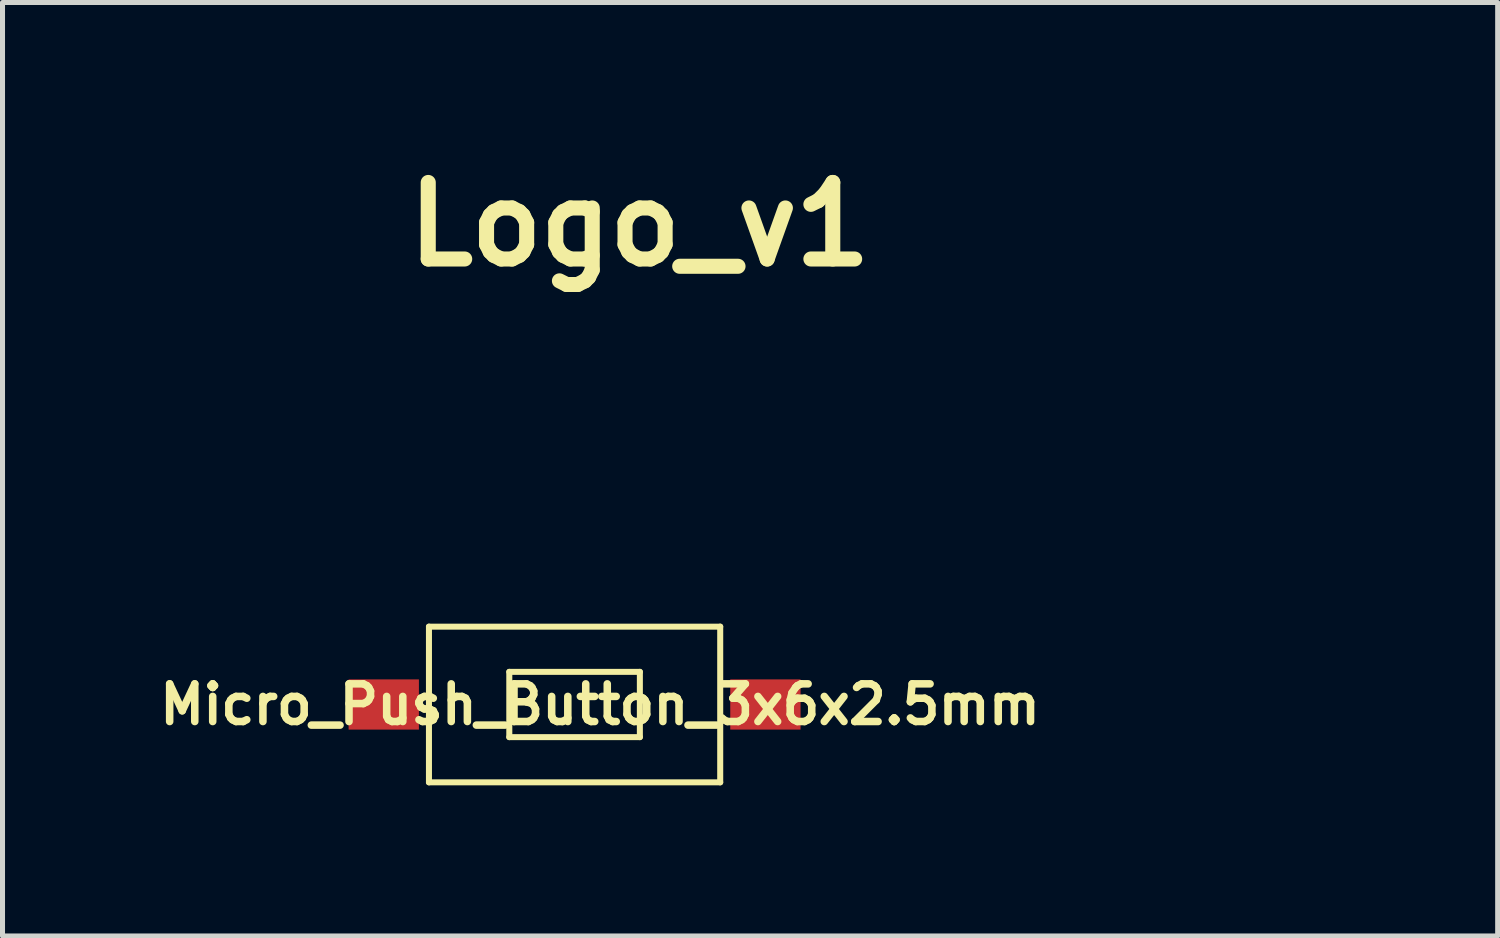
<source format=kicad_pcb>
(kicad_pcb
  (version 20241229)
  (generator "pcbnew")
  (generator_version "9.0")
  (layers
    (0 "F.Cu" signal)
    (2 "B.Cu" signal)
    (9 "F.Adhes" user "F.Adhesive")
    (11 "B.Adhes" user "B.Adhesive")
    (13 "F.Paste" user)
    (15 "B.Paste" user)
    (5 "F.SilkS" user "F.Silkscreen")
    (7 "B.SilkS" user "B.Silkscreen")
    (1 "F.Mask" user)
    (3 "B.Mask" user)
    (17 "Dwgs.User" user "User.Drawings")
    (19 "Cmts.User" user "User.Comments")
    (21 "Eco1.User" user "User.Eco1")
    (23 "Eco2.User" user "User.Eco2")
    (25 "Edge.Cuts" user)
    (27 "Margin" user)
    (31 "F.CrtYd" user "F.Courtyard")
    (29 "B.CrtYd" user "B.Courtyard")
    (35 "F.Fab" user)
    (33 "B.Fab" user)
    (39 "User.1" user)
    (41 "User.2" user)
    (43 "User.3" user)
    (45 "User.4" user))
  (footprint "Micro_Push_Button_3x6x2.5mm"
    (layer "F.Cu")
    (at 8.392 10.979)
    (property "Reference" "Micro_Push_Button_3x6x2.5mm" (at 0.508 0 0) (layer "F.SilkS") (effects (font (size 0.75 0.75) (thickness 0.15))))
    (attr through_hole)
    (fp_line (start -2.9 -1.55) (end 2.9 -1.55) (stroke (width 0.12) (type solid)) (layer "F.SilkS"))
    (fp_line (start -2.9 1.55) (end -2.9 -1.55) (stroke (width 0.12) (type solid)) (layer "F.SilkS"))
    (fp_line (start -1.3 -0.65) (end 1.3 -0.65) (stroke (width 0.12) (type solid)) (layer "F.SilkS"))
    (fp_line (start -1.3 0.65) (end -1.3 -0.65) (stroke (width 0.12) (type solid)) (layer "F.SilkS"))
    (fp_line (start 1.3 -0.65) (end 1.3 0.65) (stroke (width 0.12) (type solid)) (layer "F.SilkS"))
    (fp_line (start 1.3 0.65) (end -1.3 0.65) (stroke (width 0.12) (type solid)) (layer "F.SilkS"))
    (fp_line (start 2.9 -1.55) (end 2.9 1.55) (stroke (width 0.12) (type solid)) (layer "F.SilkS"))
    (fp_line (start 2.9 1.55) (end -2.9 1.55) (stroke (width 0.12) (type solid)) (layer "F.SilkS"))
    (pad "1" smd rect (at -3.8 0) (size 1.4 1) (layers "F.Cu" "F.Mask" "F.Paste"))
    (pad "2" smd rect (at 3.8 0) (size 1.4 1) (layers "F.Cu" "F.Mask" "F.Paste")))
  (footprint "Logo_v1"
    (layer "F.Cu")
    (at 14.005 4.974)
    (property "Reference" "Logo_v1" (at -4.318 -3.556 0) (layer "F.SilkS") (effects (font (size 1.524 1.524) (thickness 0.3))))
    (attr through_hole)
    (fp_line (start 9.644 0.254) (end -13.16 0.254) (stroke (width 0.25) (type solid)) (layer "F.Mask"))
    (fp_line (start 9.644 0.762) (end -13.51 0.762) (stroke (width 0.25) (type solid)) (layer "F.Mask"))
    (fp_line (start 9.644 1.27) (end -13.88 1.27) (stroke (width 0.25) (type solid)) (layer "F.Mask"))
    (fp_poly (pts (xy -3.644 -2.521) (xy -3.554 -2.519) (xy -3.499 -2.513) (xy -3.476 -2.501) (xy -3.474 -2.496) (xy -3.478 -2.471) (xy -3.487 -2.411) (xy -3.502 -2.317) (xy -3.522 -2.196) (xy -3.547 -2.049) (xy -3.574 -1.882) (xy -3.605 -1.697) (xy -3.638 -1.499) (xy -3.653 -1.414) (xy -3.83 -0.357) (xy -4.188 -0.345) (xy -4.176 -0.402) (xy -4.168 -0.445) (xy -4.155 -0.52) (xy -4.137 -0.622) (xy -4.117 -0.743) (xy -4.094 -0.879) (xy -4.07 -1.025) (xy -4.046 -1.174) (xy -4.022 -1.32) (xy -3.999 -1.459) (xy -3.979 -1.585) (xy -3.962 -1.691) (xy -3.949 -1.773) (xy -3.942 -1.824) (xy -3.94 -1.839) (xy -3.947 -1.856) (xy -3.974 -1.865) (xy -4.028 -1.87) (xy -4.093 -1.871) (xy -4.245 -1.871) (xy -4.245 -2.176) (xy -4.064 -2.176) (xy -3.882 -2.176) (xy -3.871 -2.231) (xy -3.861 -2.29) (xy -3.849 -2.359) (xy -3.848 -2.369) (xy -3.836 -2.441) (xy -3.823 -2.486) (xy -3.799 -2.51) (xy -3.756 -2.519) (xy -3.685 -2.521) (xy -3.644 -2.521)) (stroke (width 0.01) (type solid)) (fill yes) (layer "F.Mask"))
    (fp_poly (pts (xy -5.482 -1.916) (xy -5.481 -1.755) (xy -5.479 -1.599) (xy -5.476 -1.456) (xy -5.474 -1.332) (xy -5.47 -1.234) (xy -5.467 -1.168) (xy -5.467 -1.161) (xy -5.454 -1.011) (xy -5.198 -1.761) (xy -4.942 -2.511) (xy -4.766 -2.517) (xy -4.687 -2.518) (xy -4.627 -2.515) (xy -4.593 -2.51) (xy -4.59 -2.507) (xy -4.597 -2.485) (xy -4.616 -2.429) (xy -4.647 -2.341) (xy -4.688 -2.226) (xy -4.738 -2.087) (xy -4.796 -1.927) (xy -4.861 -1.749) (xy -4.93 -1.558) (xy -4.981 -1.419) (xy -5.372 -0.347) (xy -5.766 -0.347) (xy -5.777 -0.433) (xy -5.78 -0.471) (xy -5.783 -0.544) (xy -5.788 -0.647) (xy -5.793 -0.773) (xy -5.798 -0.918) (xy -5.803 -1.075) (xy -5.808 -1.239) (xy -5.814 -1.405) (xy -5.818 -1.566) (xy -5.822 -1.717) (xy -5.826 -1.853) (xy -5.828 -1.968) (xy -5.83 -2.056) (xy -5.83 -2.099) (xy -5.831 -2.165) (xy -5.838 -2.2) (xy -5.853 -2.214) (xy -5.881 -2.216) (xy -5.907 -2.218) (xy -5.922 -2.229) (xy -5.929 -2.259) (xy -5.931 -2.315) (xy -5.932 -2.369) (xy -5.932 -2.521) (xy -5.484 -2.521) (xy -5.482 -1.916)) (stroke (width 0.01) (type solid)) (fill yes) (layer "F.Mask"))
    (fp_poly (pts (xy -10.561 -2.521) (xy -10.574 -2.435) (xy -10.585 -2.363) (xy -10.596 -2.295) (xy -10.598 -2.285) (xy -10.612 -2.25) (xy -10.644 -2.201) (xy -10.699 -2.133) (xy -10.778 -2.045) (xy -10.871 -1.946) (xy -10.954 -1.859) (xy -11.026 -1.781) (xy -11.082 -1.717) (xy -11.12 -1.673) (xy -11.133 -1.653) (xy -11.133 -1.653) (xy -11.116 -1.635) (xy -11.074 -1.614) (xy -11.061 -1.609) (xy -10.946 -1.547) (xy -10.857 -1.456) (xy -10.795 -1.339) (xy -10.761 -1.2) (xy -10.758 -1.042) (xy -10.767 -0.966) (xy -10.81 -0.793) (xy -10.882 -0.643) (xy -10.98 -0.52) (xy -11.1 -0.428) (xy -11.165 -0.395) (xy -11.259 -0.369) (xy -11.375 -0.355) (xy -11.499 -0.353) (xy -11.615 -0.364) (xy -11.697 -0.384) (xy -11.825 -0.446) (xy -11.918 -0.529) (xy -11.978 -0.634) (xy -12.004 -0.763) (xy -12.006 -0.799) (xy -12.007 -0.895) (xy -11.667 -0.895) (xy -11.655 -0.818) (xy -11.631 -0.74) (xy -11.585 -0.692) (xy -11.513 -0.667) (xy -11.438 -0.662) (xy -11.327 -0.677) (xy -11.24 -0.722) (xy -11.177 -0.8) (xy -11.136 -0.91) (xy -11.117 -1.054) (xy -11.116 -1.06) (xy -11.114 -1.141) (xy -11.117 -1.193) (xy -11.128 -1.229) (xy -11.152 -1.263) (xy -11.168 -1.281) (xy -11.197 -1.312) (xy -11.225 -1.332) (xy -11.262 -1.344) (xy -11.318 -1.351) (xy -11.402 -1.357) (xy -11.425 -1.358) (xy -11.516 -1.364) (xy -11.574 -1.37) (xy -11.604 -1.379) (xy -11.614 -1.391) (xy -11.613 -1.401) (xy -11.605 -1.439) (xy -11.596 -1.501) (xy -11.59 -1.541) (xy -11.583 -1.584) (xy -11.573 -1.62) (xy -11.553 -1.657) (xy -11.521 -1.701) (xy -11.471 -1.758) (xy -11.4 -1.835) (xy -11.36 -1.877) (xy -11.281 -1.961) (xy -11.208 -2.039) (xy -11.147 -2.103) (xy -11.105 -2.149) (xy -11.094 -2.161) (xy -11.045 -2.216) (xy -11.495 -2.216) (xy -11.509 -2.115) (xy -11.523 -2.013) (xy -11.664 -2.013) (xy -11.733 -2.015) (xy -11.783 -2.02) (xy -11.804 -2.028) (xy -11.804 -2.028) (xy -11.801 -2.056) (xy -11.792 -2.114) (xy -11.781 -2.19) (xy -11.767 -2.274) (xy -11.754 -2.356) (xy -11.742 -2.425) (xy -11.734 -2.47) (xy -11.732 -2.475) (xy -11.722 -2.521) (xy -11.141 -2.521) (xy -10.561 -2.521)) (stroke (width 0.01) (type solid)) (fill yes) (layer "F.Mask"))
    (fp_poly (pts (xy -8.071 -2.525) (xy -7.955 -2.505) (xy -7.863 -2.468) (xy -7.786 -2.412) (xy -7.753 -2.379) (xy -7.692 -2.292) (xy -7.653 -2.195) (xy -7.639 -2.1) (xy -7.651 -2.025) (xy -7.665 -2.008) (xy -7.698 -1.999) (xy -7.757 -1.994) (xy -7.834 -1.993) (xy -8.004 -1.993) (xy -8.004 -2.065) (xy -8.021 -2.145) (xy -8.07 -2.202) (xy -8.147 -2.232) (xy -8.201 -2.236) (xy -8.313 -2.221) (xy -8.406 -2.177) (xy -8.472 -2.109) (xy -8.477 -2.101) (xy -8.495 -2.058) (xy -8.514 -1.993) (xy -8.534 -1.914) (xy -8.552 -1.833) (xy -8.565 -1.76) (xy -8.572 -1.704) (xy -8.569 -1.677) (xy -8.569 -1.677) (xy -8.545 -1.676) (xy -8.5 -1.688) (xy -8.495 -1.69) (xy -8.443 -1.7) (xy -8.366 -1.706) (xy -8.28 -1.706) (xy -8.271 -1.705) (xy -8.181 -1.699) (xy -8.115 -1.686) (xy -8.058 -1.662) (xy -8.013 -1.637) (xy -7.907 -1.548) (xy -7.832 -1.436) (xy -7.791 -1.305) (xy -7.787 -1.277) (xy -7.786 -1.191) (xy -7.795 -1.079) (xy -7.812 -0.957) (xy -7.835 -0.838) (xy -7.861 -0.735) (xy -7.881 -0.679) (xy -7.94 -0.584) (xy -8.024 -0.492) (xy -8.121 -0.416) (xy -8.184 -0.382) (xy -8.26 -0.358) (xy -8.362 -0.341) (xy -8.474 -0.332) (xy -8.581 -0.331) (xy -8.669 -0.341) (xy -8.685 -0.344) (xy -8.816 -0.399) (xy -8.925 -0.487) (xy -8.935 -0.498) (xy -8.985 -0.574) (xy -9.028 -0.673) (xy -9.05 -0.756) (xy -8.701 -0.756) (xy -8.639 -0.694) (xy -8.584 -0.65) (xy -8.527 -0.633) (xy -8.491 -0.631) (xy -8.417 -0.64) (xy -8.346 -0.66) (xy -8.338 -0.664) (xy -8.272 -0.71) (xy -8.221 -0.78) (xy -8.182 -0.88) (xy -8.153 -1.012) (xy -8.137 -1.151) (xy -8.142 -1.257) (xy -8.17 -1.333) (xy -8.223 -1.382) (xy -8.301 -1.404) (xy -8.35 -1.406) (xy -8.458 -1.392) (xy -8.544 -1.35) (xy -8.609 -1.278) (xy -8.654 -1.174) (xy -8.682 -1.036) (xy -8.689 -0.949) (xy -8.701 -0.756) (xy -9.05 -0.756) (xy -9.055 -0.774) (xy -9.061 -0.836) (xy -9.057 -0.884) (xy -9.047 -0.965) (xy -9.031 -1.071) (xy -9.011 -1.198) (xy -8.988 -1.338) (xy -8.962 -1.484) (xy -8.936 -1.632) (xy -8.909 -1.774) (xy -8.884 -1.905) (xy -8.862 -2.017) (xy -8.842 -2.106) (xy -8.828 -2.163) (xy -8.822 -2.179) (xy -8.742 -2.311) (xy -8.632 -2.417) (xy -8.536 -2.474) (xy -8.477 -2.501) (xy -8.424 -2.518) (xy -8.365 -2.527) (xy -8.286 -2.531) (xy -8.218 -2.531) (xy -8.071 -2.525)) (stroke (width 0.01) (type solid)) (fill yes) (layer "F.Mask"))
    (fp_poly (pts (xy -10.007 -2.465) (xy -10.012 -2.427) (xy -10.021 -2.357) (xy -10.033 -2.26) (xy -10.047 -2.142) (xy -10.062 -2.008) (xy -10.078 -1.863) (xy -10.095 -1.714) (xy -10.112 -1.564) (xy -10.127 -1.421) (xy -10.142 -1.289) (xy -10.154 -1.174) (xy -10.163 -1.082) (xy -10.169 -1.017) (xy -10.172 -0.985) (xy -10.171 -0.983) (xy -10.165 -1.001) (xy -10.15 -1.053) (xy -10.127 -1.135) (xy -10.098 -1.243) (xy -10.064 -1.371) (xy -10.026 -1.516) (xy -10.005 -1.597) (xy -9.843 -2.216) (xy -9.706 -2.216) (xy -9.569 -2.216) (xy -9.569 -2.134) (xy -9.57 -2.09) (xy -9.574 -2.012) (xy -9.58 -1.908) (xy -9.587 -1.785) (xy -9.596 -1.649) (xy -9.601 -1.576) (xy -9.61 -1.438) (xy -9.617 -1.313) (xy -9.622 -1.205) (xy -9.626 -1.122) (xy -9.627 -1.069) (xy -9.626 -1.055) (xy -9.621 -1.064) (xy -9.608 -1.109) (xy -9.589 -1.186) (xy -9.564 -1.29) (xy -9.535 -1.418) (xy -9.502 -1.566) (xy -9.466 -1.73) (xy -9.459 -1.766) (xy -9.298 -2.521) (xy -9.139 -2.521) (xy -9.051 -2.519) (xy -9 -2.512) (xy -8.981 -2.499) (xy -8.98 -2.496) (xy -8.986 -2.472) (xy -9.002 -2.412) (xy -9.026 -2.321) (xy -9.059 -2.202) (xy -9.099 -2.059) (xy -9.145 -1.895) (xy -9.196 -1.714) (xy -9.251 -1.519) (xy -9.281 -1.414) (xy -9.58 -0.357) (xy -9.725 -0.351) (xy -9.87 -0.345) (xy -9.861 -0.463) (xy -9.855 -0.557) (xy -9.848 -0.672) (xy -9.841 -0.802) (xy -9.834 -0.937) (xy -9.833 -0.966) (xy -9.65 -0.966) (xy -9.64 -0.956) (xy -9.63 -0.966) (xy -9.64 -0.977) (xy -9.65 -0.966) (xy -9.833 -0.966) (xy -9.828 -1.071) (xy -9.822 -1.196) (xy -9.818 -1.305) (xy -9.815 -1.389) (xy -9.814 -1.441) (xy -9.814 -1.445) (xy -9.817 -1.463) (xy -9.825 -1.458) (xy -9.839 -1.427) (xy -9.859 -1.367) (xy -9.887 -1.277) (xy -9.924 -1.153) (xy -9.97 -0.993) (xy -9.984 -0.946) (xy -10.151 -0.357) (xy -10.295 -0.351) (xy -10.438 -0.345) (xy -10.43 -0.432) (xy -10.427 -0.473) (xy -10.423 -0.549) (xy -10.418 -0.655) (xy -10.411 -0.785) (xy -10.404 -0.933) (xy -10.397 -1.094) (xy -10.392 -1.2) (xy -10.384 -1.371) (xy -10.376 -1.537) (xy -10.369 -1.691) (xy -10.362 -1.827) (xy -10.356 -1.938) (xy -10.352 -2.018) (xy -10.35 -2.047) (xy -10.338 -2.213) (xy -10.395 -2.22) (xy -10.425 -2.225) (xy -10.443 -2.238) (xy -10.452 -2.268) (xy -10.457 -2.324) (xy -10.459 -2.374) (xy -10.465 -2.521) (xy -9.997 -2.521) (xy -10.007 -2.465)) (stroke (width 0.01) (type solid)) (fill yes) (layer "F.Mask")))
  (gr_rect
    (start -3 -3)
    (end 26.774 15.589)
    (stroke (width 0.1) (type default))
    (fill no)
    (layer "Edge.Cuts")))
</source>
